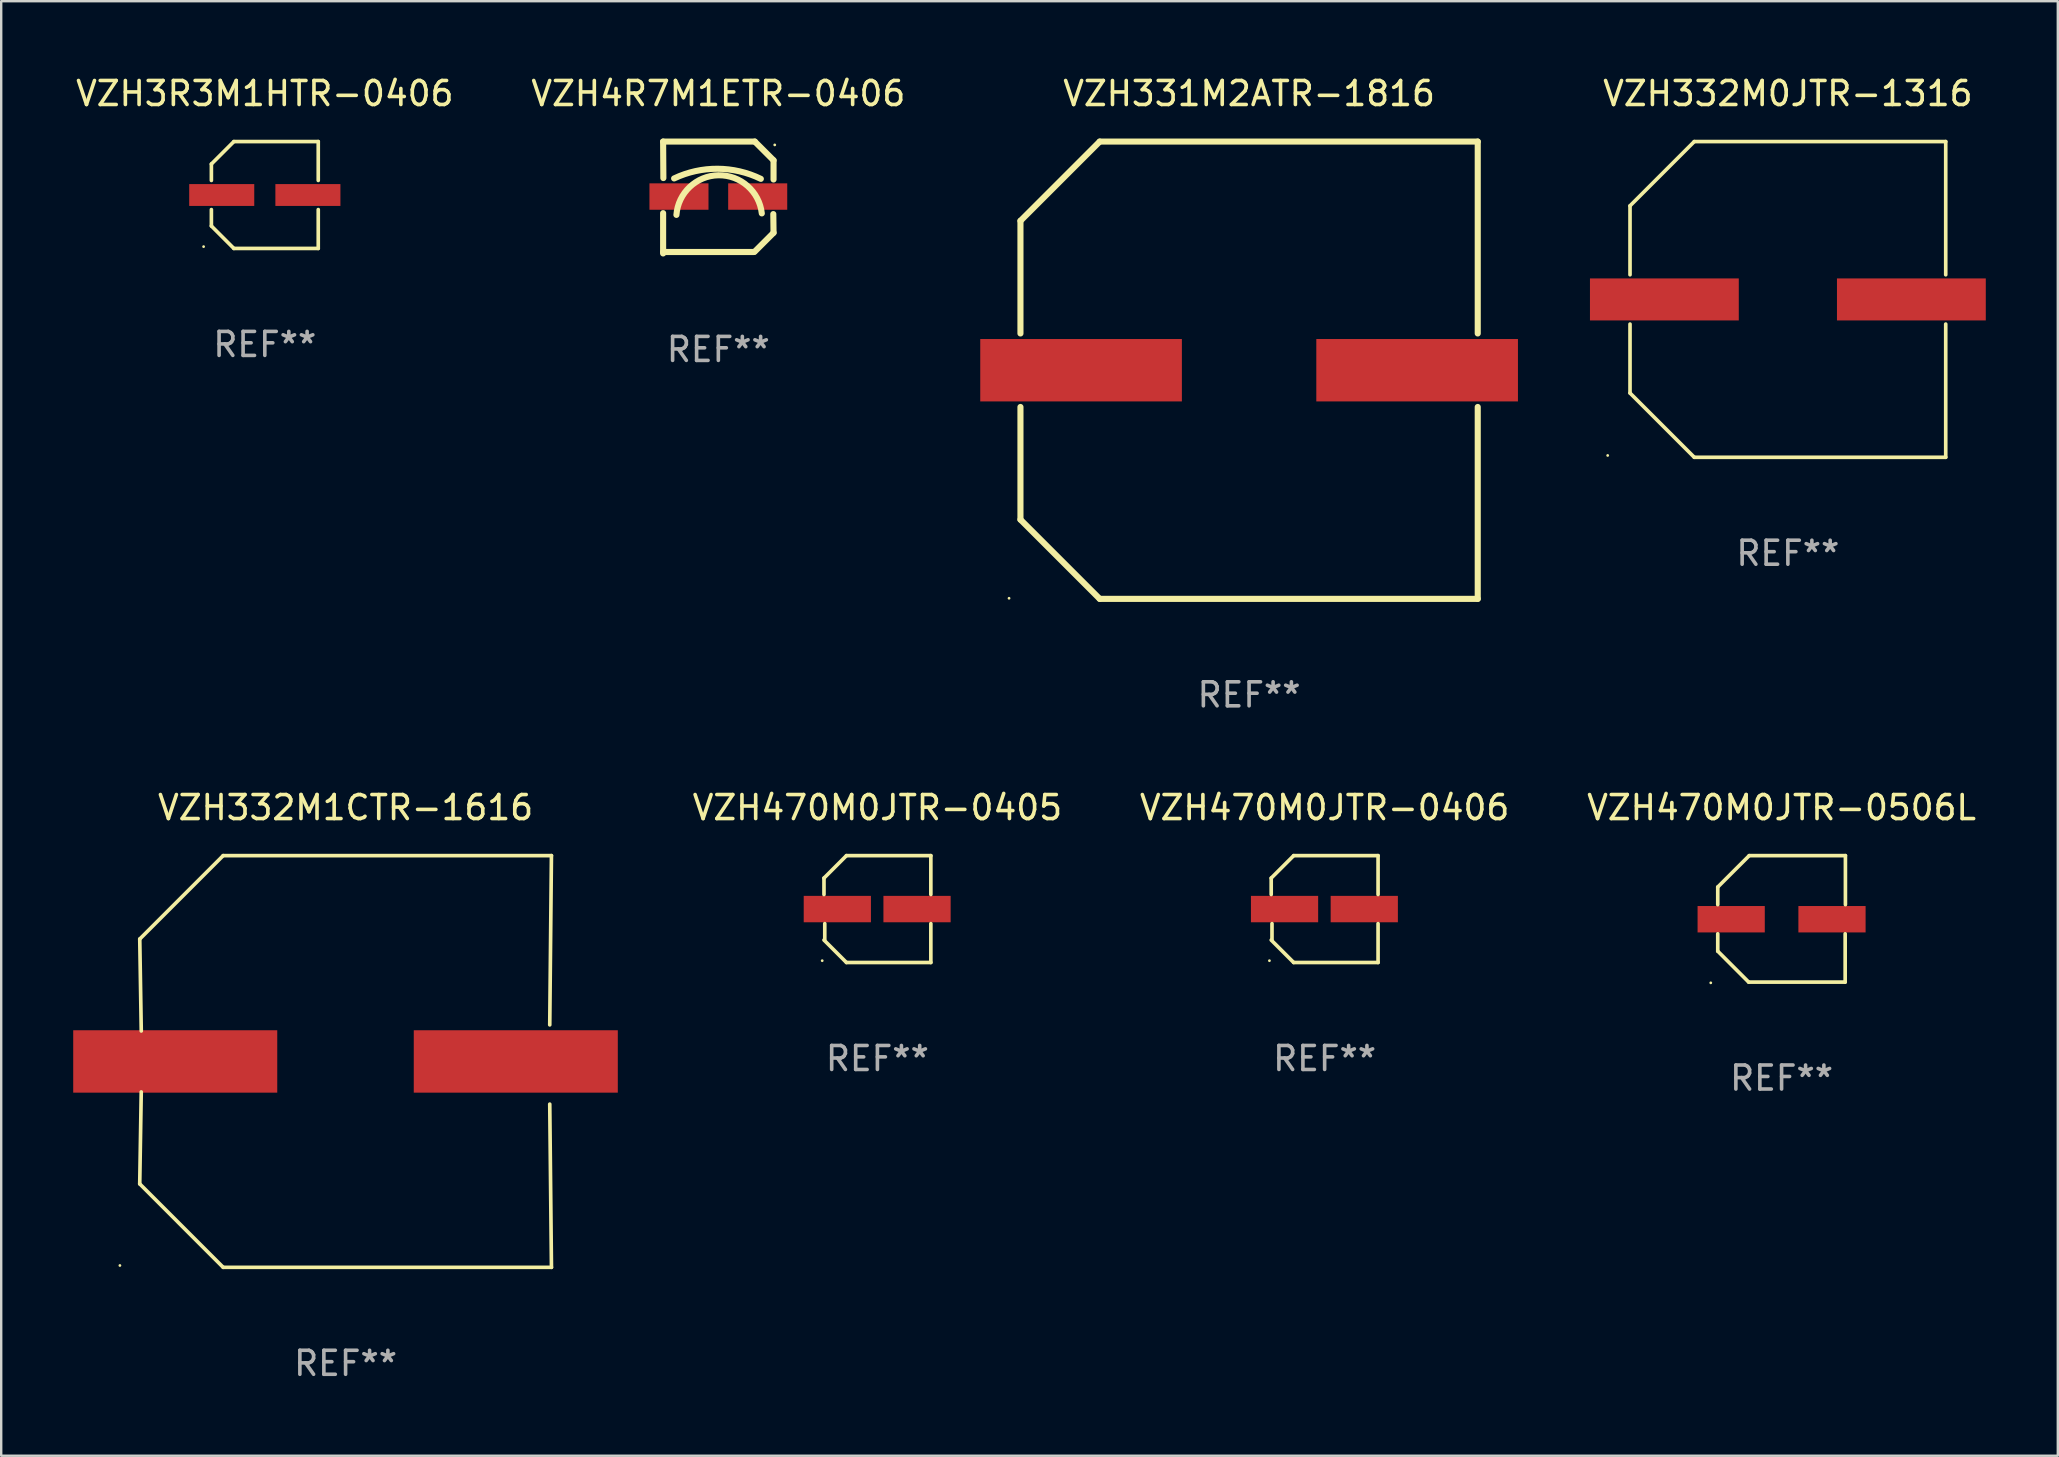
<source format=kicad_pcb>
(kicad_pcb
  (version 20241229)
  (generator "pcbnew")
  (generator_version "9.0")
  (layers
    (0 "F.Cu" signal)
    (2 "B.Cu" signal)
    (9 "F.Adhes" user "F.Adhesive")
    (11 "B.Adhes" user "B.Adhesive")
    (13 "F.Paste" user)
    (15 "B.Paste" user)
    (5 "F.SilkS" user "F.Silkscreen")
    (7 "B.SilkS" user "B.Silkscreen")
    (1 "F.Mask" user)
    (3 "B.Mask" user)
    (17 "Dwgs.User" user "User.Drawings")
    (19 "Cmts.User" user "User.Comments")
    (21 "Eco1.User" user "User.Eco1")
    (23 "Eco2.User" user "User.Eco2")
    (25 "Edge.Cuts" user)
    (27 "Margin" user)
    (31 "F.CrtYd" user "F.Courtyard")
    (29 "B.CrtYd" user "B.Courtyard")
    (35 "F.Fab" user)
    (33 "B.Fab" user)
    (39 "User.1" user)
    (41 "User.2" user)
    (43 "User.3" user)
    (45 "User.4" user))
  (footprint "VZH4R7M1ETR-0406"
    (layer "F.Cu")
    (at 26.875 5.178)
    (property "Reference" "VZH4R7M1ETR-0406" (at 0 -4.33 0) (layer "F.SilkS") (effects (font (size 1 1) (thickness 0.15))))
    (attr through_hole)
    (fp_line (start -2.3 -2.33) (end 1.52 -2.33) (stroke (width 0.254) (type solid)) (layer "F.SilkS"))
    (fp_line (start -2.3 2.27) (end 1.49 2.27) (stroke (width 0.254) (type solid)) (layer "F.SilkS"))
    (fp_line (start -2.3 2.33) (end -2.3 0.651) (stroke (width 0.254) (type solid)) (layer "F.SilkS"))
    (fp_line (start -2.29 -0.81) (end -2.3 -2.33) (stroke (width 0.254) (type solid)) (layer "F.SilkS"))
    (fp_line (start 2.3 -1.55) (end 1.52 -2.33) (stroke (width 0.254) (type solid)) (layer "F.SilkS"))
    (fp_line (start 2.3 1.47) (end 1.52 2.25) (stroke (width 0.254) (type solid)) (layer "F.SilkS"))
    (fp_line (start 2.3 1.47) (end 2.29 0.69) (stroke (width 0.254) (type solid)) (layer "F.SilkS"))
    (fp_line (start 2.3 -0.75) (end 2.3 -1.55) (stroke (width 0.254) (type solid)) (layer "F.SilkS"))
    (fp_arc (start -1.842151 -0.794552) (mid -0.033717 -1.197402) (end 1.770752 -0.777152) (stroke (width 0.254001) (type solid)) (layer "F.SilkS"))
    (fp_arc (start -1.745757 0.723659) (mid 0.004392 -0.926664) (end 1.810884 0.661786) (stroke (width 0.254001) (type solid)) (layer "F.SilkS"))
    (fp_circle (center 2.35 -2.191) (end 2.38 -2.191) (stroke (width 0.06) (type solid)) (fill no) (layer "F.SilkS"))
    (fp_text user "REF**" (at 0 6.33 0) (layer "F.Fab") (effects (font (size 1 1) (thickness 0.15))))
    (pad "1" smd rect (at 1.64 -0.04) (size 2.46 1.1) (layers "F.Cu" "F.Mask" "F.Paste"))
    (pad "2" smd rect (at -1.64 -0.04) (size 2.46 1.1) (layers "F.Cu" "F.Mask" "F.Paste")))
  (footprint "VZH470M0JTR-0406"
    (layer "F.Cu")
    (at 52.133 34.821)
    (property "Reference" "VZH470M0JTR-0406" (at 0 -4.226 0) (layer "F.SilkS") (effects (font (size 1 1) (thickness 0.15))))
    (attr through_hole)
    (fp_line (start -2.226 -1.29) (end -2.226 -0.607) (stroke (width 0.152) (type solid)) (layer "F.SilkS"))
    (fp_line (start -2.193 1.29) (end -2.193 0.607) (stroke (width 0.152) (type solid)) (layer "F.SilkS"))
    (fp_line (start -1.29 2.226) (end -2.226 1.29) (stroke (width 0.152) (type solid)) (layer "F.SilkS"))
    (fp_line (start -1.29 -2.226) (end -2.226 -1.29) (stroke (width 0.152) (type solid)) (layer "F.SilkS"))
    (fp_line (start 2.226 -2.226) (end -1.29 -2.226) (stroke (width 0.152) (type solid)) (layer "F.SilkS"))
    (fp_line (start 2.226 -0.607) (end 2.226 -2.226) (stroke (width 0.152) (type solid)) (layer "F.SilkS"))
    (fp_line (start 2.226 0.607) (end 2.226 2.226) (stroke (width 0.152) (type solid)) (layer "F.SilkS"))
    (fp_line (start 2.226 2.226) (end -1.29 2.226) (stroke (width 0.152) (type solid)) (layer "F.SilkS"))
    (fp_circle (center -2.3 2.15) (end -2.27 2.15) (stroke (width 0.06) (type solid)) (fill no) (layer "F.SilkS"))
    (fp_text user "REF**" (at 0 6.226 0) (layer "F.Fab") (effects (font (size 1 1) (thickness 0.15))))
    (pad "1" smd rect (at -1.67 -0.000025) (size 2.8 1.1) (layers "F.Cu" "F.Mask" "F.Paste"))
    (pad "2" smd rect (at 1.651 -0.000025) (size 2.8 1.1) (layers "F.Cu" "F.Mask" "F.Paste")))
  (footprint "VZH470M0JTR-0506L"
    (layer "F.Cu")
    (at 71.169 35.229)
    (property "Reference" "VZH470M0JTR-0506L" (at 0 -4.634 0) (layer "F.SilkS") (effects (font (size 1 1) (thickness 0.15))))
    (attr through_hole)
    (fp_line (start -2.659 -1.326) (end -2.659 -0.592) (stroke (width 0.152) (type solid)) (layer "F.SilkS"))
    (fp_line (start -2.659 1.346) (end -2.659 0.622) (stroke (width 0.152) (type solid)) (layer "F.SilkS"))
    (fp_line (start -1.372 2.634) (end -2.659 1.346) (stroke (width 0.152) (type solid)) (layer "F.SilkS"))
    (fp_line (start -1.349 -2.634) (end -2.659 -1.326) (stroke (width 0.152) (type solid)) (layer "F.SilkS"))
    (fp_line (start 2.649 0.622) (end 2.649 2.634) (stroke (width 0.152) (type solid)) (layer "F.SilkS"))
    (fp_line (start 2.649 2.634) (end -1.372 2.634) (stroke (width 0.152) (type solid)) (layer "F.SilkS"))
    (fp_line (start 2.659 -2.634) (end -1.349 -2.634) (stroke (width 0.152) (type solid)) (layer "F.SilkS"))
    (fp_line (start 2.659 -0.592) (end 2.659 -2.634) (stroke (width 0.152) (type solid)) (layer "F.SilkS"))
    (fp_circle (center -2.95 2.665) (end -2.92 2.665) (stroke (width 0.06) (type solid)) (fill no) (layer "F.SilkS"))
    (fp_text user "REF**" (at 0 6.634 0) (layer "F.Fab") (effects (font (size 1 1) (thickness 0.15))))
    (pad "1" smd rect (at -2.1 0.015) (size 2.8 1.1) (layers "F.Cu" "F.Mask" "F.Paste"))
    (pad "2" smd rect (at 2.1 0.015) (size 2.8 1.1) (layers "F.Cu" "F.Mask" "F.Paste")))
  (footprint "VZH470M0JTR-0405"
    (layer "F.Cu")
    (at 33.502 34.821)
    (property "Reference" "VZH470M0JTR-0405" (at 0 -4.226 0) (layer "F.SilkS") (effects (font (size 1 1) (thickness 0.15))))
    (attr through_hole)
    (fp_line (start -2.226 -1.29) (end -2.226 -0.607) (stroke (width 0.152) (type solid)) (layer "F.SilkS"))
    (fp_line (start -2.193 1.29) (end -2.193 0.607) (stroke (width 0.152) (type solid)) (layer "F.SilkS"))
    (fp_line (start -1.29 2.226) (end -2.226 1.29) (stroke (width 0.152) (type solid)) (layer "F.SilkS"))
    (fp_line (start -1.29 -2.226) (end -2.226 -1.29) (stroke (width 0.152) (type solid)) (layer "F.SilkS"))
    (fp_line (start 2.226 -2.226) (end -1.29 -2.226) (stroke (width 0.152) (type solid)) (layer "F.SilkS"))
    (fp_line (start 2.226 -0.607) (end 2.226 -2.226) (stroke (width 0.152) (type solid)) (layer "F.SilkS"))
    (fp_line (start 2.226 0.607) (end 2.226 2.226) (stroke (width 0.152) (type solid)) (layer "F.SilkS"))
    (fp_line (start 2.226 2.226) (end -1.29 2.226) (stroke (width 0.152) (type solid)) (layer "F.SilkS"))
    (fp_circle (center -2.3 2.15) (end -2.27 2.15) (stroke (width 0.06) (type solid)) (fill no) (layer "F.SilkS"))
    (fp_text user "REF**" (at 0 6.226 0) (layer "F.Fab") (effects (font (size 1 1) (thickness 0.15))))
    (pad "1" smd rect (at -1.67 -0.000025) (size 2.8 1.1) (layers "F.Cu" "F.Mask" "F.Paste"))
    (pad "2" smd rect (at 1.651 -0.000025) (size 2.8 1.1) (layers "F.Cu" "F.Mask" "F.Paste")))
  (footprint "VZH331M2ATR-1816"
    (layer "F.Cu")
    (at 48.986 12.373)
    (property "Reference" "VZH331M2ATR-1816" (at 0 -11.525 0) (layer "F.SilkS") (effects (font (size 1 1) (thickness 0.15))))
    (attr through_hole)
    (fp_line (start -9.525 -6.223) (end -9.525 -1.531) (stroke (width 0.254) (type solid)) (layer "F.SilkS"))
    (fp_line (start -9.525 1.531) (end -9.525 6.223) (stroke (width 0.254) (type solid)) (layer "F.SilkS"))
    (fp_line (start -9.525 6.223) (end -6.223 9.525) (stroke (width 0.254) (type solid)) (layer "F.SilkS"))
    (fp_line (start -6.223 -9.525) (end -9.525 -6.223) (stroke (width 0.254) (type solid)) (layer "F.SilkS"))
    (fp_line (start -6.223 9.525) (end 9.525 9.525) (stroke (width 0.254) (type solid)) (layer "F.SilkS"))
    (fp_line (start 9.525 -9.525) (end -6.223 -9.525) (stroke (width 0.254) (type solid)) (layer "F.SilkS"))
    (fp_line (start 9.525 -1.531) (end 9.525 -9.525) (stroke (width 0.254) (type solid)) (layer "F.SilkS"))
    (fp_line (start 9.525 9.525) (end 9.525 1.531) (stroke (width 0.254) (type solid)) (layer "F.SilkS"))
    (fp_circle (center -10 9.5) (end -9.97 9.5) (stroke (width 0.06) (type solid)) (fill no) (layer "F.SilkS"))
    (fp_text user "REF**" (at 0 13.525 0) (layer "F.Fab") (effects (font (size 1 1) (thickness 0.15))))
    (pad "1" smd rect (at -7 0) (size 8.4 2.6) (layers "F.Cu" "F.Mask" "F.Paste"))
    (pad "2" smd rect (at 7 0) (size 8.4 2.6) (layers "F.Cu" "F.Mask" "F.Paste")))
  (footprint "VZH3R3M1HTR-0406"
    (layer "F.Cu")
    (at 7.982 5.074)
    (property "Reference" "VZH3R3M1HTR-0406" (at 0 -4.226 0) (layer "F.SilkS") (effects (font (size 1 1) (thickness 0.15))))
    (attr through_hole)
    (fp_line (start -2.226 -1.29) (end -1.29 -2.226) (stroke (width 0.152) (type solid)) (layer "F.SilkS"))
    (fp_line (start -2.226 -0.607) (end -2.226 -1.29) (stroke (width 0.152) (type solid)) (layer "F.SilkS"))
    (fp_line (start -2.226 0.607) (end -2.226 1.29) (stroke (width 0.152) (type solid)) (layer "F.SilkS"))
    (fp_line (start -2.226 1.29) (end -1.29 2.226) (stroke (width 0.152) (type solid)) (layer "F.SilkS"))
    (fp_line (start -1.29 -2.226) (end 2.226 -2.226) (stroke (width 0.152) (type solid)) (layer "F.SilkS"))
    (fp_line (start -1.29 2.226) (end 2.226 2.226) (stroke (width 0.152) (type solid)) (layer "F.SilkS"))
    (fp_line (start 2.226 -2.226) (end 2.226 -0.607) (stroke (width 0.152) (type solid)) (layer "F.SilkS"))
    (fp_line (start 2.226 2.226) (end 2.226 0.607) (stroke (width 0.152) (type solid)) (layer "F.SilkS"))
    (fp_circle (center -2.55 2.15) (end -2.52 2.15) (stroke (width 0.06) (type solid)) (fill no) (layer "F.SilkS"))
    (fp_text user "REF**" (at 0 6.226 0) (layer "F.Fab") (effects (font (size 1 1) (thickness 0.15))))
    (pad "1" smd rect (at -1.795 -0.000013) (size 2.71 0.91) (layers "F.Cu" "F.Mask" "F.Paste"))
    (pad "2" smd rect (at 1.795 -0.000013) (size 2.71 0.91) (layers "F.Cu" "F.Mask" "F.Paste")))
  (footprint "VZH332M0JTR-1316"
    (layer "F.Cu")
    (at 71.431 9.424)
    (property "Reference" "VZH332M0JTR-1316" (at 0 -8.576 0) (layer "F.SilkS") (effects (font (size 1 1) (thickness 0.15))))
    (attr through_hole)
    (fp_line (start -6.576 -3.9) (end -6.576 -1.027) (stroke (width 0.152) (type solid)) (layer "F.SilkS"))
    (fp_line (start -6.576 3.9) (end -6.576 1.027) (stroke (width 0.152) (type solid)) (layer "F.SilkS"))
    (fp_line (start -3.9 -6.576) (end -6.576 -3.9) (stroke (width 0.152) (type solid)) (layer "F.SilkS"))
    (fp_line (start -3.9 6.576) (end -6.576 3.9) (stroke (width 0.152) (type solid)) (layer "F.SilkS"))
    (fp_line (start 6.576 -6.576) (end -3.9 -6.576) (stroke (width 0.152) (type solid)) (layer "F.SilkS"))
    (fp_line (start 6.576 -1.027) (end 6.576 -6.576) (stroke (width 0.152) (type solid)) (layer "F.SilkS"))
    (fp_line (start 6.576 1.027) (end 6.576 6.576) (stroke (width 0.152) (type solid)) (layer "F.SilkS"))
    (fp_line (start 6.576 6.576) (end -3.9 6.576) (stroke (width 0.152) (type solid)) (layer "F.SilkS"))
    (fp_circle (center -7.506 6.5) (end -7.476 6.5) (stroke (width 0.06) (type solid)) (fill no) (layer "F.SilkS"))
    (fp_text user "REF**" (at 0 10.576 0) (layer "F.Fab") (effects (font (size 1 1) (thickness 0.15))))
    (pad "1" smd rect (at -5.145 0) (size 6.2 1.75) (layers "F.Cu" "F.Mask" "F.Paste"))
    (pad "2" smd rect (at 5.145 0) (size 6.2 1.75) (layers "F.Cu" "F.Mask" "F.Paste")))
  (footprint "VZH332M1CTR-1616"
    (layer "F.Cu")
    (at 11.347 41.17)
    (property "Reference" "VZH332M1CTR-1616" (at 0 -10.576 0) (layer "F.SilkS") (effects (font (size 1 1) (thickness 0.15))))
    (attr through_hole)
    (fp_line (start -8.576 5.099) (end -8.513 1.269) (stroke (width 0.152) (type solid)) (layer "F.SilkS"))
    (fp_line (start -8.575 -5.101) (end -8.512 -1.271) (stroke (width 0.152) (type solid)) (layer "F.SilkS"))
    (fp_line (start -5.1 -8.576) (end -8.575 -5.101) (stroke (width 0.152) (type solid)) (layer "F.SilkS"))
    (fp_line (start -5.1 8.576) (end -8.576 5.099) (stroke (width 0.152) (type solid)) (layer "F.SilkS"))
    (fp_line (start 8.505 -1.525) (end 8.575 -8.576) (stroke (width 0.152) (type solid)) (layer "F.SilkS"))
    (fp_line (start 8.505 1.777) (end 8.576 8.576) (stroke (width 0.152) (type solid)) (layer "F.SilkS"))
    (fp_line (start 8.575 -8.576) (end -5.1 -8.576) (stroke (width 0.152) (type solid)) (layer "F.SilkS"))
    (fp_line (start 8.576 8.576) (end -5.1 8.576) (stroke (width 0.152) (type solid)) (layer "F.SilkS"))
    (fp_circle (center -9.402 8.499) (end -9.372 8.499) (stroke (width 0.06) (type solid)) (fill no) (layer "F.SilkS"))
    (fp_text user "REF**" (at 0 12.576 0) (layer "F.Fab") (effects (font (size 1 1) (thickness 0.15))))
    (pad "1" smd rect (at -7.097 -0.001) (size 8.5 2.6) (layers "F.Cu" "F.Mask" "F.Paste"))
    (pad "2" smd rect (at 7.09 -0.001) (size 8.5 2.6) (layers "F.Cu" "F.Mask" "F.Paste")))
  (gr_rect
    (start -3 -3)
    (end 82.676 57.594)
    (stroke (width 0.1) (type default))
    (fill no)
    (layer "Edge.Cuts")))
</source>
